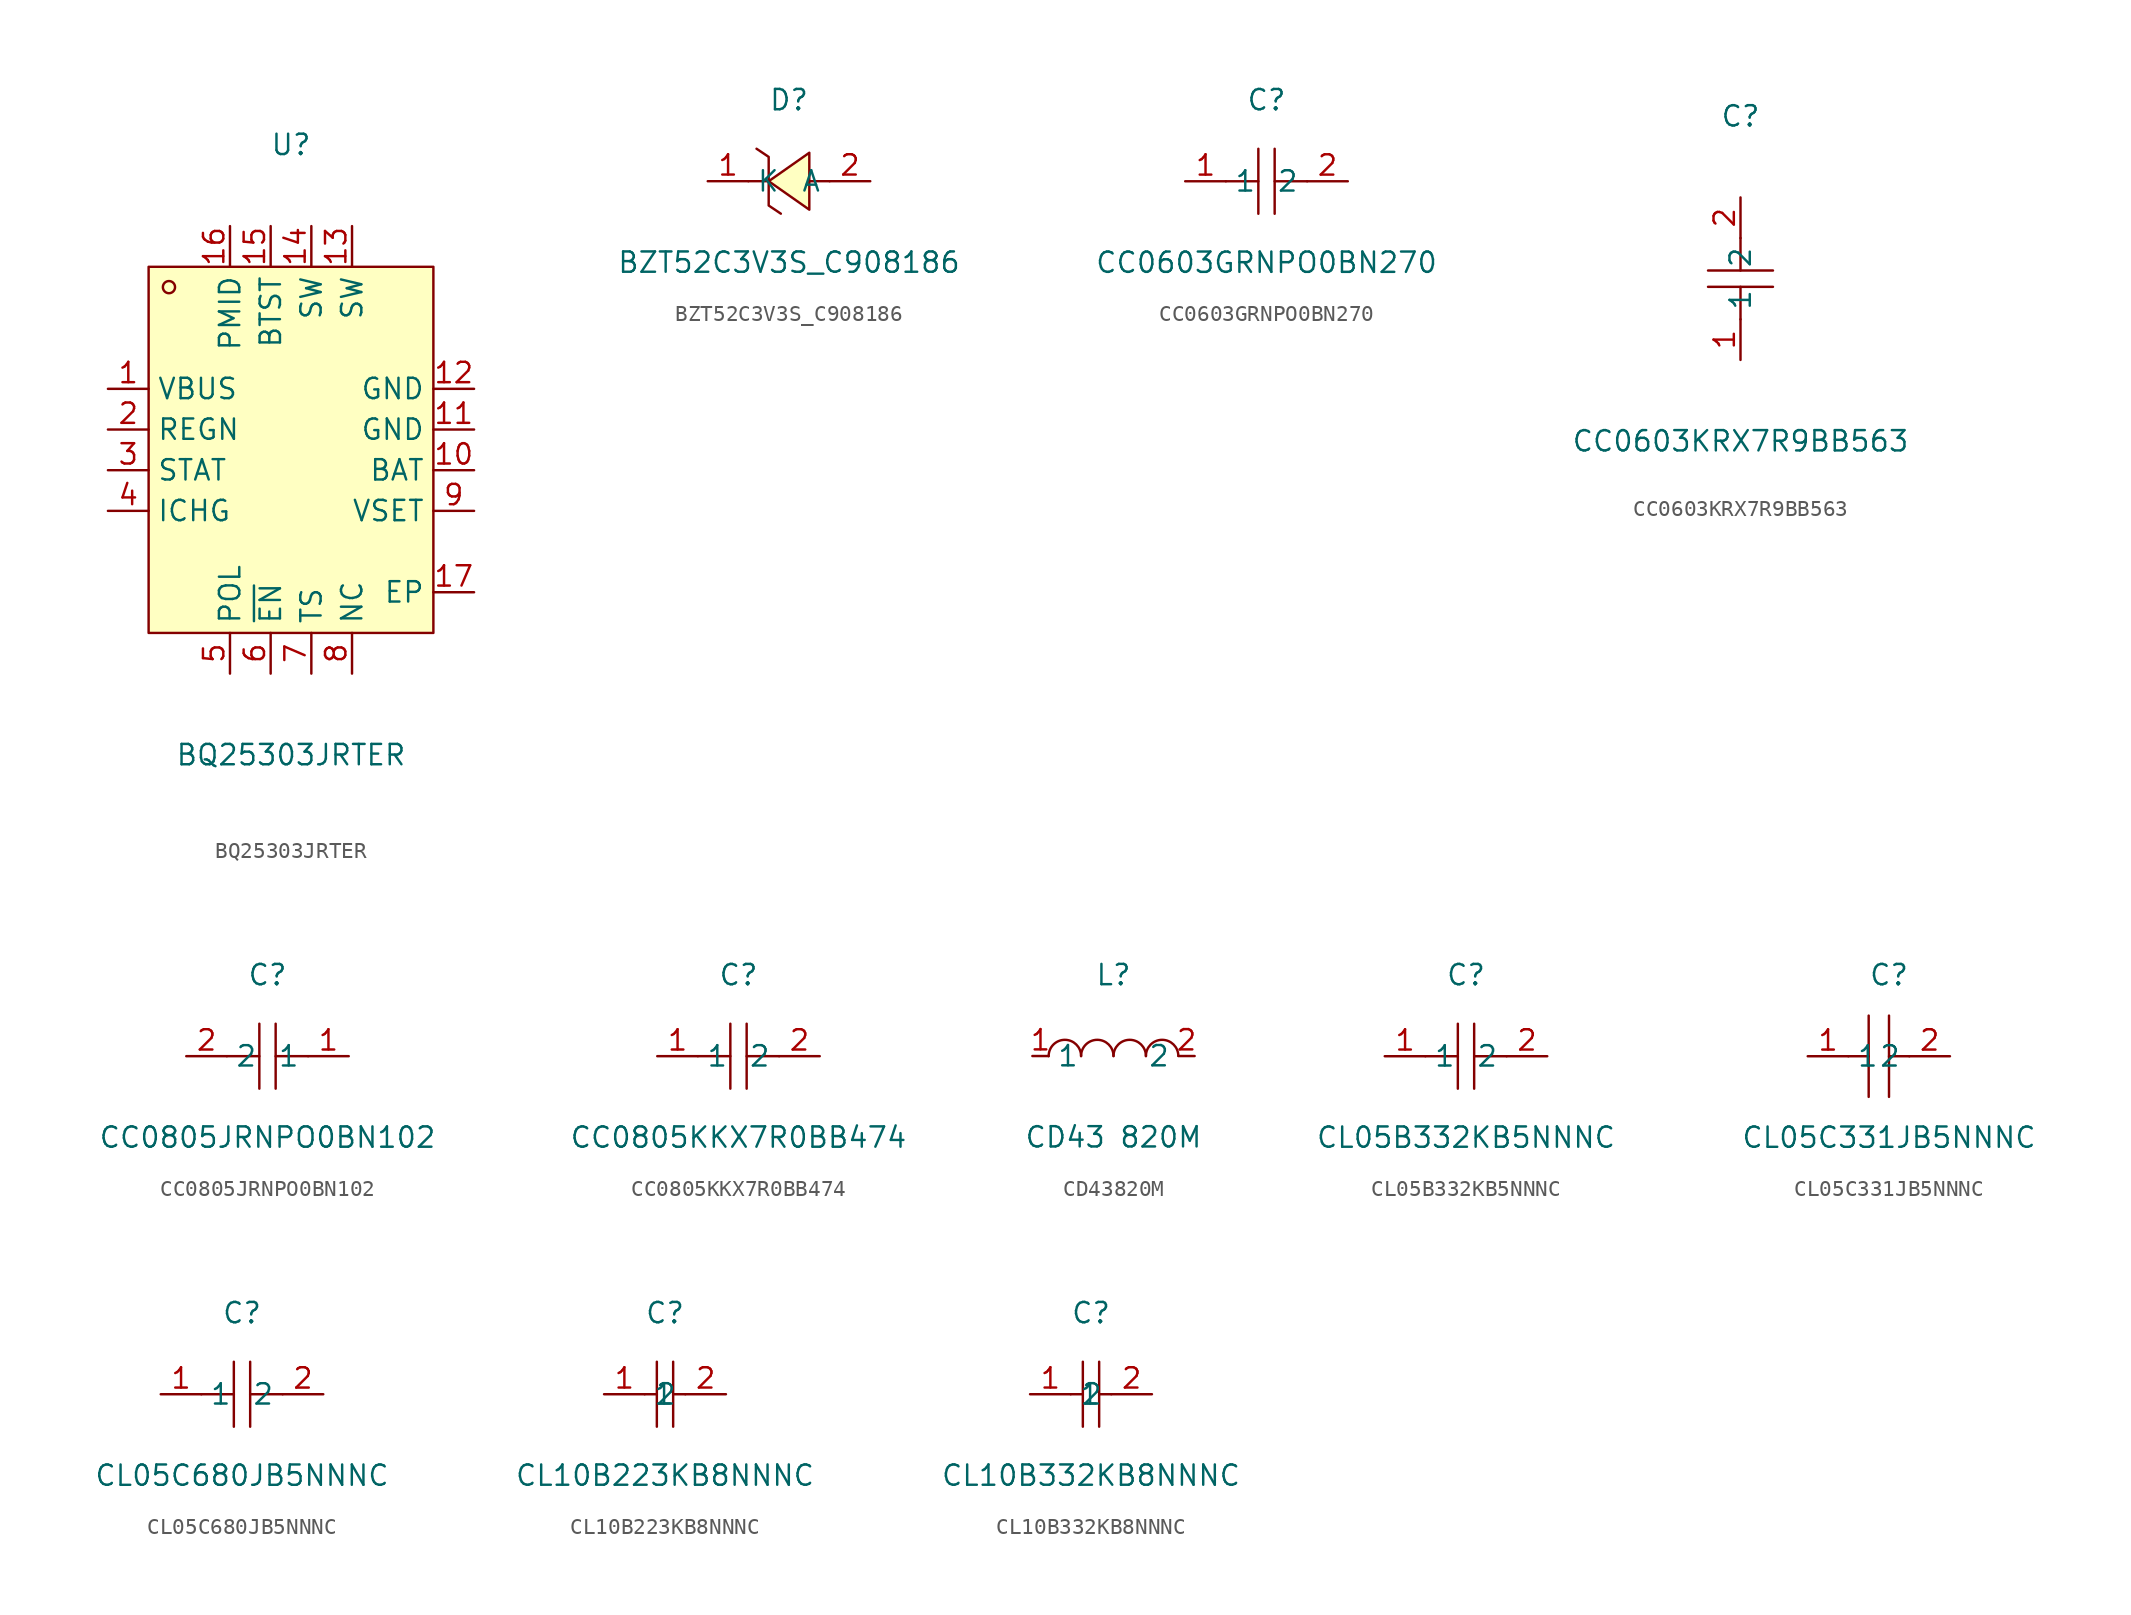
<source format=kicad_sym>
(kicad_symbol_lib
  (version 20231120)
  (generator "kicad_symbol_editor")
  (generator_version "8.0")
  (symbol "BQ25303JRTER"
    (property "Reference" "U"
      (at 0 19.05 0)
      (effects (font (size 1.27 1.27))))
    (property "Value" "BQ25303JRTER"
      (at 0 -19.05 0)
      (effects (font (size 1.27 1.27))))
    (symbol "BQ25303JRTER_0_1"
      (rectangle (start -8.89 11.43) (end 8.89 -11.43) (stroke (width 0) (type default)) (fill (type background)))
      (circle (center -7.62 10.16) (radius 0.38) (stroke (width 0) (type default)) (fill (type none)))
      (pin unspecified line (at -11.43 3.81 0) (length 2.54) (name "VBUS" (effects (font (size 1.27 1.27)))) (number "1" (effects (font (size 1.27 1.27)))))
      (pin unspecified line (at 11.43 -1.27 180) (length 2.54) (name "BAT" (effects (font (size 1.27 1.27)))) (number "10" (effects (font (size 1.27 1.27)))))
      (pin unspecified line (at 11.43 1.27 180) (length 2.54) (name "GND" (effects (font (size 1.27 1.27)))) (number "11" (effects (font (size 1.27 1.27)))))
      (pin unspecified line (at 11.43 3.81 180) (length 2.54) (name "GND" (effects (font (size 1.27 1.27)))) (number "12" (effects (font (size 1.27 1.27)))))
      (pin unspecified line (at 3.81 13.97 270) (length 2.54) (name "SW" (effects (font (size 1.27 1.27)))) (number "13" (effects (font (size 1.27 1.27)))))
      (pin unspecified line (at 1.27 13.97 270) (length 2.54) (name "SW" (effects (font (size 1.27 1.27)))) (number "14" (effects (font (size 1.27 1.27)))))
      (pin unspecified line (at -1.27 13.97 270) (length 2.54) (name "BTST" (effects (font (size 1.27 1.27)))) (number "15" (effects (font (size 1.27 1.27)))))
      (pin unspecified line (at -3.81 13.97 270) (length 2.54) (name "PMID" (effects (font (size 1.27 1.27)))) (number "16" (effects (font (size 1.27 1.27)))))
      (pin unspecified line (at 11.43 -8.89 180) (length 2.54) (name "EP" (effects (font (size 1.27 1.27)))) (number "17" (effects (font (size 1.27 1.27)))))
      (pin unspecified line (at -11.43 1.27 0) (length 2.54) (name "REGN" (effects (font (size 1.27 1.27)))) (number "2" (effects (font (size 1.27 1.27)))))
      (pin unspecified line (at -11.43 -1.27 0) (length 2.54) (name "STAT" (effects (font (size 1.27 1.27)))) (number "3" (effects (font (size 1.27 1.27)))))
      (pin unspecified line (at -11.43 -3.81 0) (length 2.54) (name "ICHG" (effects (font (size 1.27 1.27)))) (number "4" (effects (font (size 1.27 1.27)))))
      (pin unspecified line (at -3.81 -13.97 90) (length 2.54) (name "POL" (effects (font (size 1.27 1.27)))) (number "5" (effects (font (size 1.27 1.27)))))
      (pin unspecified line (at -1.27 -13.97 90) (length 2.54) (name "~{EN}" (effects (font (size 1.27 1.27)))) (number "6" (effects (font (size 1.27 1.27)))))
      (pin unspecified line (at 1.27 -13.97 90) (length 2.54) (name "TS" (effects (font (size 1.27 1.27)))) (number "7" (effects (font (size 1.27 1.27)))))
      (pin unspecified line (at 3.81 -13.97 90) (length 2.54) (name "NC" (effects (font (size 1.27 1.27)))) (number "8" (effects (font (size 1.27 1.27)))))
      (pin unspecified line (at 11.43 -3.81 180) (length 2.54) (name "VSET" (effects (font (size 1.27 1.27)))) (number "9" (effects (font (size 1.27 1.27)))))))
  (symbol "BZT52C3V3S_C908186"
    (property "Reference" "D"
      (at 0 5.08 0)
      (effects (font (size 1.27 1.27))))
    (property "Value" "BZT52C3V3S_C908186"
      (at 0 -5.08 0)
      (effects (font (size 1.27 1.27))))
    (symbol "BZT52C3V3S_C908186_0_1"
      (polyline (pts (xy -1.27 0) (xy -2.54 0)) (stroke (width 0) (type default)) (fill (type none)))
      (polyline (pts (xy 2.54 0) (xy 1.27 0)) (stroke (width 0) (type default)) (fill (type none)))
      (polyline (pts (xy -2.03 2.03) (xy -1.27 1.52) (xy -1.27 -1.52) (xy -0.51 -2.03)) (stroke (width 0) (type default)) (fill (type none)))
      (polyline (pts (xy 1.27 1.78) (xy -1.27 0) (xy 1.27 -1.78) (xy 1.27 1.78)) (stroke (width 0) (type default)) (fill (type background)))
      (pin unspecified line (at -5.08 0 0) (length 2.54) (name "K" (effects (font (size 1.27 1.27)))) (number "1" (effects (font (size 1.27 1.27)))))
      (pin unspecified line (at 5.08 0 180) (length 2.54) (name "A" (effects (font (size 1.27 1.27)))) (number "2" (effects (font (size 1.27 1.27)))))))
  (symbol "CC0603GRNPO0BN270"
    (property "Reference" "C"
      (at 0 5.08 0)
      (effects (font (size 1.27 1.27))))
    (property "Value" "CC0603GRNPO0BN270"
      (at 0 -5.08 0)
      (effects (font (size 1.27 1.27))))
    (symbol "CC0603GRNPO0BN270_0_1"
      (polyline (pts (xy -0.51 -2.03) (xy -0.51 2.03)) (stroke (width 0) (type default)) (fill (type none)))
      (polyline (pts (xy -0.51 0) (xy -2.54 0)) (stroke (width 0) (type default)) (fill (type none)))
      (polyline (pts (xy 0.51 2.03) (xy 0.51 -2.03)) (stroke (width 0) (type default)) (fill (type none)))
      (polyline (pts (xy 2.54 0) (xy 0.51 0)) (stroke (width 0) (type default)) (fill (type none)))
      (pin unspecified line (at -5.08 0 0) (length 2.54) (name "1" (effects (font (size 1.27 1.27)))) (number "1" (effects (font (size 1.27 1.27)))))
      (pin unspecified line (at 5.08 0 180) (length 2.54) (name "2" (effects (font (size 1.27 1.27)))) (number "2" (effects (font (size 1.27 1.27)))))))
  (symbol "CC0603KRX7R9BB563"
    (property "Reference" "C"
      (at 0 10.16 0)
      (effects (font (size 1.27 1.27))))
    (property "Value" "CC0603KRX7R9BB563"
      (at 0 -10.16 0)
      (effects (font (size 1.27 1.27))))
    (symbol "CC0603KRX7R9BB563_0_1"
      (polyline (pts (xy 2.03 -0.51) (xy -2.03 -0.51)) (stroke (width 0) (type default) (color 0 0 0 0)) (fill (type none)))
      (polyline (pts (xy 0.00 2.54) (xy 0.00 0.51)) (stroke (width 0) (type default) (color 0 0 0 0)) (fill (type none)))
      (polyline (pts (xy -2.03 0.51) (xy 2.03 0.51)) (stroke (width 0) (type default) (color 0 0 0 0)) (fill (type none)))
      (polyline (pts (xy 0.00 -0.51) (xy 0.00 -2.54)) (stroke (width 0) (type default) (color 0 0 0 0)) (fill (type none)))
      (pin unspecified line (at 0.00 -5.08 90) (length 2.54) (name "1" (effects (font (size 1.27 1.27)))) (number "1" (effects (font (size 1.27 1.27)))))
      (pin unspecified line (at 0.00 5.08 270) (length 2.54) (name "2" (effects (font (size 1.27 1.27)))) (number "2" (effects (font (size 1.27 1.27)))))))
  (symbol "CC0805JRNPO0BN102"
    (property "Reference" "C"
      (at 0 5.08 0)
      (effects (font (size 1.27 1.27))))
    (property "Value" "CC0805JRNPO0BN102"
      (at 0 -5.08 0)
      (effects (font (size 1.27 1.27))))
    (symbol "CC0805JRNPO0BN102_0_1"
      (polyline (pts (xy -2.54 0) (xy -0.51 0)) (stroke (width 0) (type default)) (fill (type none)))
      (polyline (pts (xy -0.51 -2.03) (xy -0.51 2.03)) (stroke (width 0) (type default)) (fill (type none)))
      (polyline (pts (xy 0.51 0) (xy 2.54 0)) (stroke (width 0) (type default)) (fill (type none)))
      (polyline (pts (xy 0.51 2.03) (xy 0.51 -2.03)) (stroke (width 0) (type default)) (fill (type none)))
      (pin unspecified line (at 5.08 0 180) (length 2.54) (name "1" (effects (font (size 1.27 1.27)))) (number "1" (effects (font (size 1.27 1.27)))))
      (pin unspecified line (at -5.08 0 0) (length 2.54) (name "2" (effects (font (size 1.27 1.27)))) (number "2" (effects (font (size 1.27 1.27)))))))
  (symbol "CC0805KKX7R0BB474"
    (property "Reference" "C"
      (at 0 5.08 0)
      (effects (font (size 1.27 1.27))))
    (property "Value" "CC0805KKX7R0BB474"
      (at 0 -5.08 0)
      (effects (font (size 1.27 1.27))))
    (symbol "CC0805KKX7R0BB474_0_1"
      (polyline (pts (xy -0.51 -2.03) (xy -0.51 2.03)) (stroke (width 0) (type default)) (fill (type none)))
      (polyline (pts (xy -0.51 0) (xy -2.54 0)) (stroke (width 0) (type default)) (fill (type none)))
      (polyline (pts (xy 0.51 2.03) (xy 0.51 -2.03)) (stroke (width 0) (type default)) (fill (type none)))
      (polyline (pts (xy 2.54 0) (xy 0.51 0)) (stroke (width 0) (type default)) (fill (type none)))
      (pin unspecified line (at -5.08 0 0) (length 2.54) (name "1" (effects (font (size 1.27 1.27)))) (number "1" (effects (font (size 1.27 1.27)))))
      (pin unspecified line (at 5.08 0 180) (length 2.54) (name "2" (effects (font (size 1.27 1.27)))) (number "2" (effects (font (size 1.27 1.27)))))))
  (symbol "CD43820M"
    (property "Reference" "L"
      (at 0 5.08 0)
      (effects (font (size 1.27 1.27))))
    (property "Value" "CD43 820M"
      (at 0 -5.08 0)
      (effects (font (size 1.27 1.27))))
    (symbol "CD43820M_0_1"
      (arc (start -2.03 0.01) (mid -3.055 1.013) (end -4.06 -0.01) (stroke (width 0) (type default)) (fill (type none)))
      (arc (start 0 0.01) (mid -1.025 1.013) (end -2.03 -0.01) (stroke (width 0) (type default)) (fill (type none)))
      (arc (start 2.03 0.01) (mid 1.005 1.013) (end 0 -0.01) (stroke (width 0) (type default)) (fill (type none)))
      (arc (start 4.06 0.01) (mid 3.035 1.013) (end 2.03 -0.01) (stroke (width 0) (type default)) (fill (type none)))
      (pin unspecified line (at -5.08 0 0) (length 1.016) (name "1" (effects (font (size 1.27 1.27)))) (number "1" (effects (font (size 1.27 1.27)))))
      (pin unspecified line (at 5.08 0 180) (length 1.016) (name "2" (effects (font (size 1.27 1.27)))) (number "2" (effects (font (size 1.27 1.27)))))))
  (symbol "CL05B332KB5NNNC"
    (property "Reference" "C"
      (at 0 5.08 0)
      (effects (font (size 1.27 1.27))))
    (property "Value" "CL05B332KB5NNNC"
      (at 0 -5.08 0)
      (effects (font (size 1.27 1.27))))
    (symbol "CL05B332KB5NNNC_0_1"
      (polyline (pts (xy -0.51 -2.03) (xy -0.51 2.03)) (stroke (width 0) (type default)) (fill (type none)))
      (polyline (pts (xy -0.51 0) (xy -2.54 0)) (stroke (width 0) (type default)) (fill (type none)))
      (polyline (pts (xy 0.51 2.03) (xy 0.51 -2.03)) (stroke (width 0) (type default)) (fill (type none)))
      (polyline (pts (xy 2.54 0) (xy 0.51 0)) (stroke (width 0) (type default)) (fill (type none)))
      (pin unspecified line (at -5.08 0 0) (length 2.54) (name "1" (effects (font (size 1.27 1.27)))) (number "1" (effects (font (size 1.27 1.27)))))
      (pin unspecified line (at 5.08 0 180) (length 2.54) (name "2" (effects (font (size 1.27 1.27)))) (number "2" (effects (font (size 1.27 1.27)))))))
  (symbol "CL05C331JB5NNNC"
    (property "Reference" "C"
      (at 0 5.08 0)
      (effects (font (size 1.27 1.27))))
    (property "Value" "CL05C331JB5NNNC"
      (at 0 -5.08 0)
      (effects (font (size 1.27 1.27))))
    (symbol "CL05C331JB5NNNC_0_1"
      (polyline (pts (xy -1.27 -2.54) (xy -1.27 2.54)) (stroke (width 0) (type default)) (fill (type none)))
      (polyline (pts (xy -1.27 0) (xy -2.54 0)) (stroke (width 0) (type default)) (fill (type none)))
      (polyline (pts (xy 0 0) (xy 1.27 0)) (stroke (width 0) (type default)) (fill (type none)))
      (polyline (pts (xy 0 2.54) (xy 0 -2.54)) (stroke (width 0) (type default)) (fill (type none)))
      (pin unspecified line (at -5.08 0 0) (length 2.54) (name "1" (effects (font (size 1.27 1.27)))) (number "1" (effects (font (size 1.27 1.27)))))
      (pin unspecified line (at 3.81 0 180) (length 2.54) (name "2" (effects (font (size 1.27 1.27)))) (number "2" (effects (font (size 1.27 1.27)))))))
  (symbol "CL05C680JB5NNNC"
    (property "Reference" "C"
      (at 0 5.08 0)
      (effects (font (size 1.27 1.27))))
    (property "Value" "CL05C680JB5NNNC"
      (at 0 -5.08 0)
      (effects (font (size 1.27 1.27))))
    (symbol "CL05C680JB5NNNC_0_1"
      (polyline (pts (xy -0.51 -2.03) (xy -0.51 2.03)) (stroke (width 0) (type default)) (fill (type none)))
      (polyline (pts (xy -0.51 0) (xy -2.54 0)) (stroke (width 0) (type default)) (fill (type none)))
      (polyline (pts (xy 0.51 2.03) (xy 0.51 -2.03)) (stroke (width 0) (type default)) (fill (type none)))
      (polyline (pts (xy 2.54 0) (xy 0.51 0)) (stroke (width 0) (type default)) (fill (type none)))
      (pin unspecified line (at -5.08 0 0) (length 2.54) (name "1" (effects (font (size 1.27 1.27)))) (number "1" (effects (font (size 1.27 1.27)))))
      (pin unspecified line (at 5.08 0 180) (length 2.54) (name "2" (effects (font (size 1.27 1.27)))) (number "2" (effects (font (size 1.27 1.27)))))))
  (symbol "CL10B223KB8NNNC"
    (property "Reference" "C"
      (at 0 5.08 0)
      (effects (font (size 1.27 1.27))))
    (property "Value" "CL10B223KB8NNNC"
      (at 0 -5.08 0)
      (effects (font (size 1.27 1.27))))
    (symbol "CL10B223KB8NNNC_0_1"
      (polyline (pts (xy -1.27 0) (xy -0.51 0)) (stroke (width 0) (type default)) (fill (type none)))
      (polyline (pts (xy -0.51 2.03) (xy -0.51 -2.03)) (stroke (width 0) (type default)) (fill (type none)))
      (polyline (pts (xy 0.51 0) (xy 1.27 0)) (stroke (width 0) (type default)) (fill (type none)))
      (polyline (pts (xy 0.51 2.03) (xy 0.51 -2.03)) (stroke (width 0) (type default)) (fill (type none)))
      (pin input line (at -3.81 0 0) (length 2.54) (name "1" (effects (font (size 1.27 1.27)))) (number "1" (effects (font (size 1.27 1.27)))))
      (pin input line (at 3.81 0 180) (length 2.54) (name "2" (effects (font (size 1.27 1.27)))) (number "2" (effects (font (size 1.27 1.27)))))))
  (symbol "CL10B332KB8NNNC"
    (property "Reference" "C"
      (at 0 5.08 0)
      (effects (font (size 1.27 1.27))))
    (property "Value" "CL10B332KB8NNNC"
      (at 0 -5.08 0)
      (effects (font (size 1.27 1.27))))
    (symbol "CL10B332KB8NNNC_0_1"
      (polyline (pts (xy -1.27 0) (xy -0.51 0)) (stroke (width 0) (type default)) (fill (type none)))
      (polyline (pts (xy -0.51 2.03) (xy -0.51 -2.03)) (stroke (width 0) (type default)) (fill (type none)))
      (polyline (pts (xy 0.51 0) (xy 1.27 0)) (stroke (width 0) (type default)) (fill (type none)))
      (polyline (pts (xy 0.51 2.03) (xy 0.51 -2.03)) (stroke (width 0) (type default)) (fill (type none)))
      (pin input line (at -3.81 0 0) (length 2.54) (name "1" (effects (font (size 1.27 1.27)))) (number "1" (effects (font (size 1.27 1.27)))))
      (pin input line (at 3.81 0 180) (length 2.54) (name "2" (effects (font (size 1.27 1.27)))) (number "2" (effects (font (size 1.27 1.27))))))))
</source>
